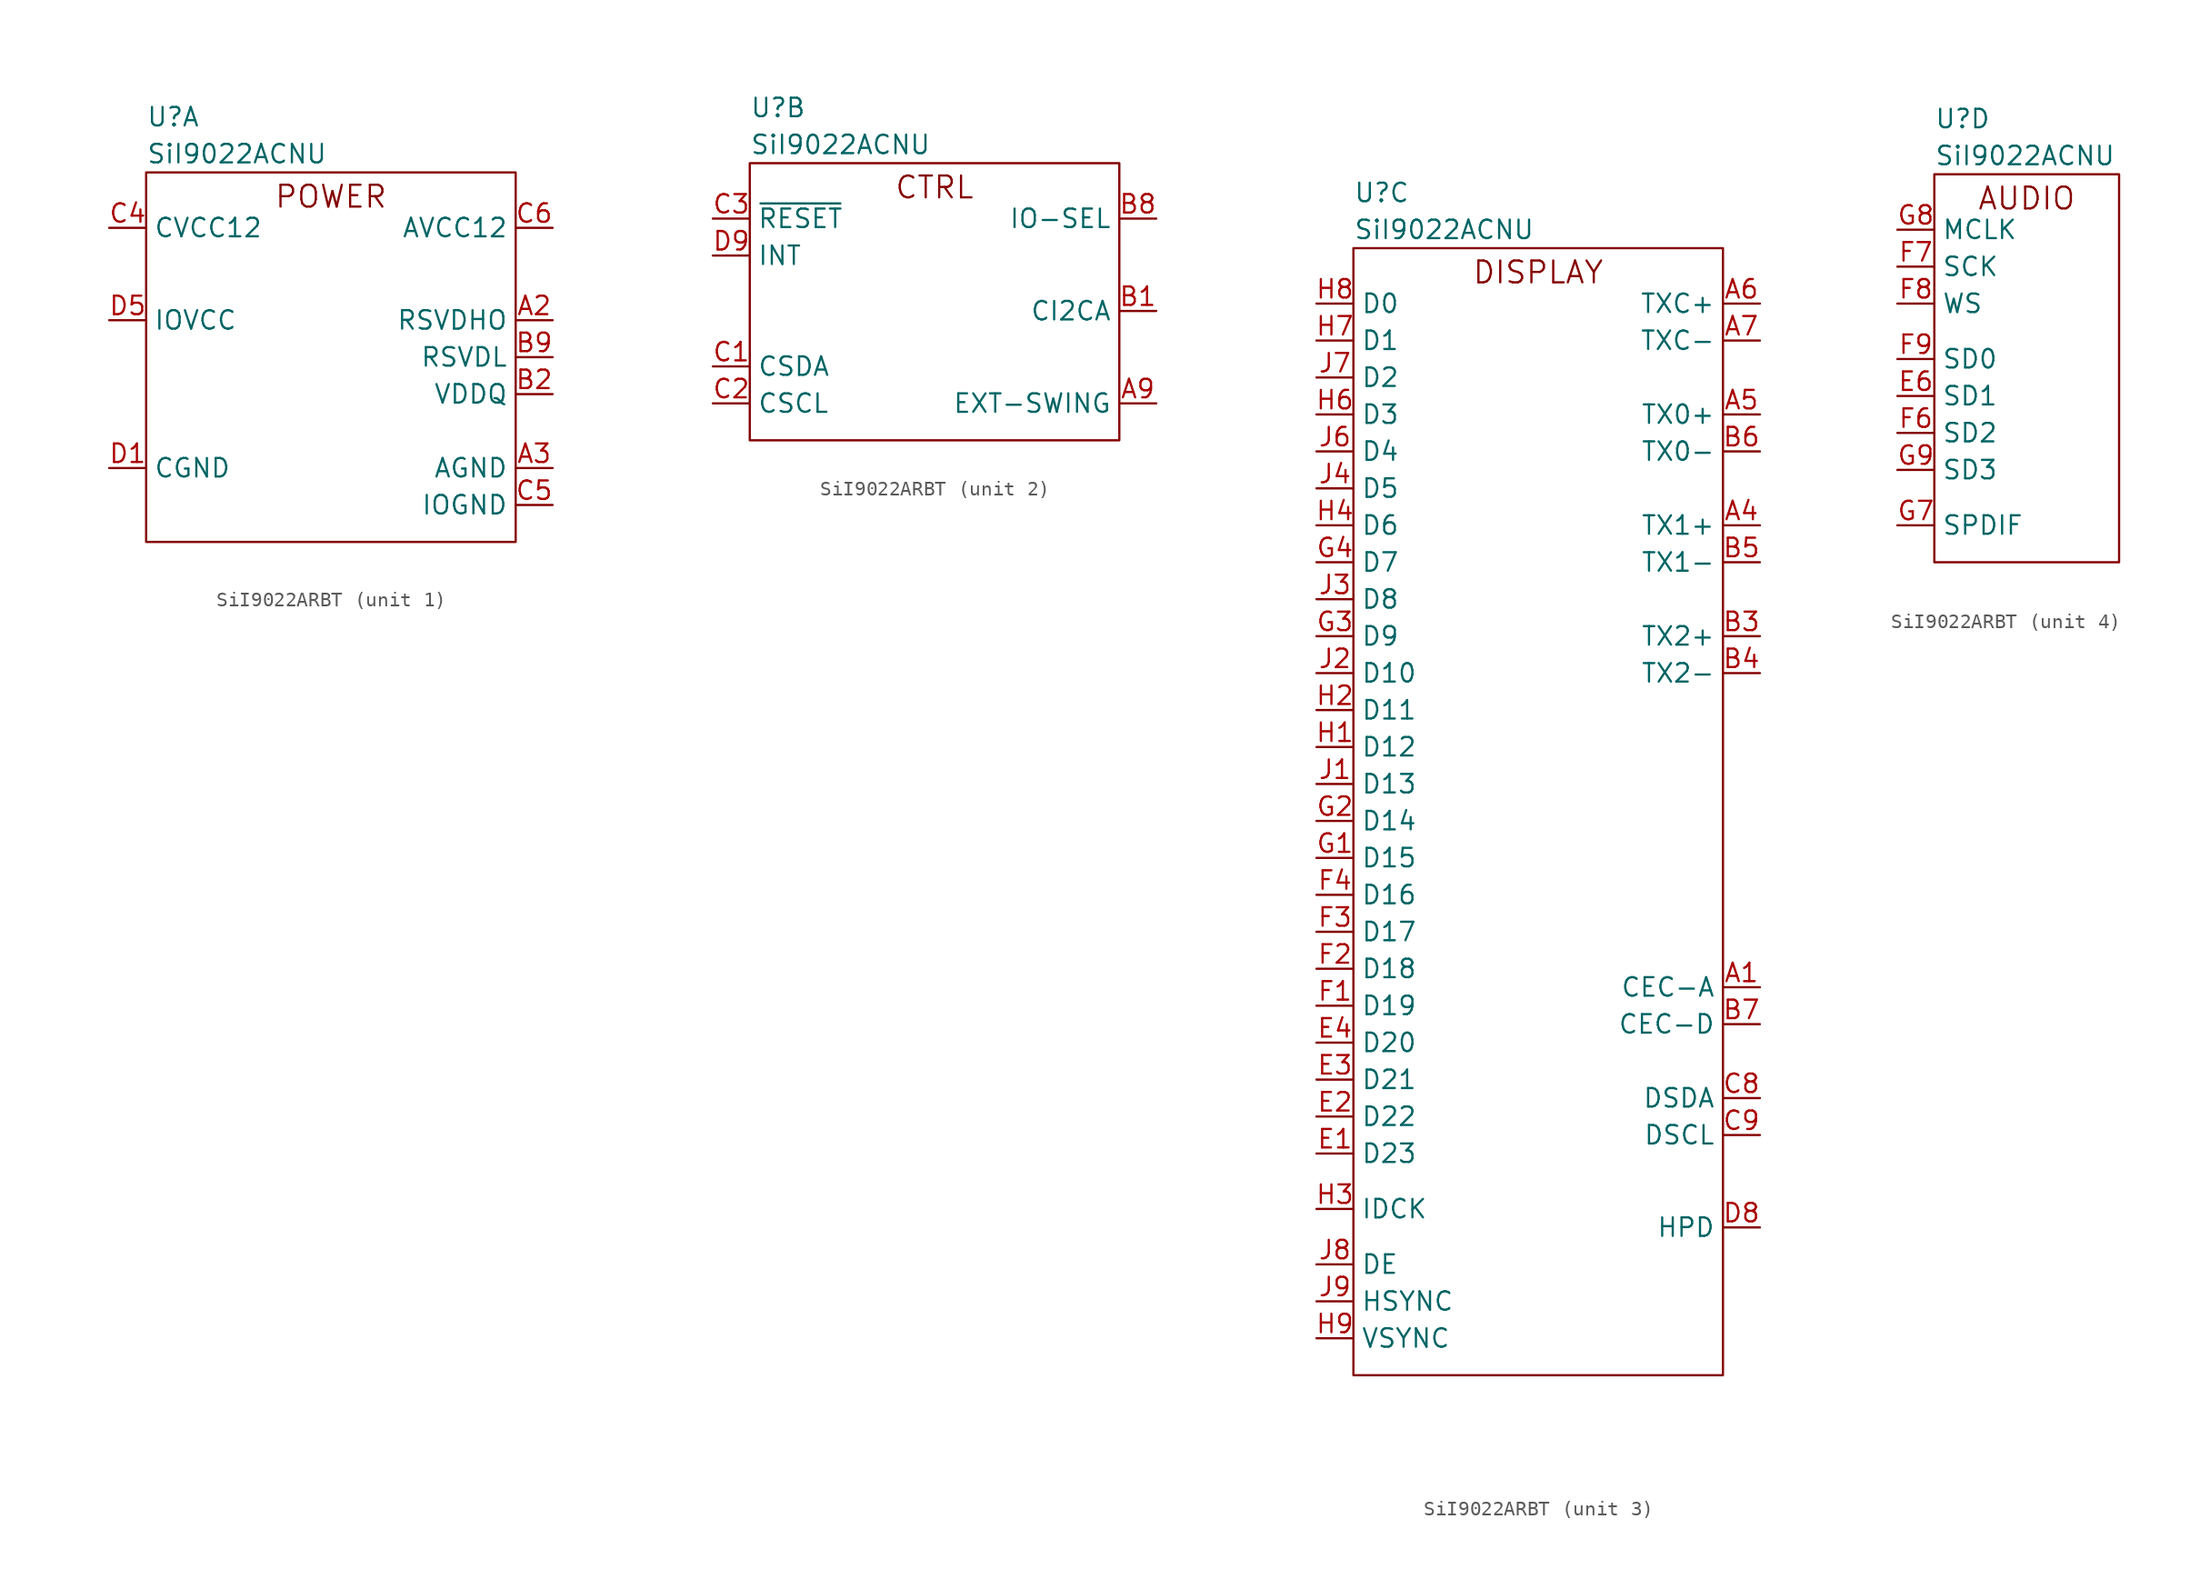
<source format=kicad_sym>
(kicad_symbol_lib
  (version 20220914)
  (generator kicad_symbol_editor)
  (symbol "SiI9022ARBT"
    (property "Reference" "U"
      (at 0 3.81 0)
      (effects (font (size 1.27 1.27)) (justify left)))
    (property "Value" "SiI9022ACNU"
      (at 0 1.27 0)
      (effects (font (size 1.27 1.27)) (justify left)))
    (property "ki_locked" ""
      (at 0 0 0)
      (effects (font (size 1.27 1.27))))
    (symbol "SiI9022ARBT_1_0"
      (pin passive line (at 27.94 -10.16 180) (length 2.54) (name "RSVDHO" (effects (font (size 1.27 1.27)))) (number "A2" (effects (font (size 1.27 1.27)))))
      (pin power_in line (at 27.94 -20.32 180) (length 2.54) (name "AGND" (effects (font (size 1.27 1.27)))) (number "A3" (effects (font (size 1.27 1.27)))))
      (pin power_in line (at 27.94 -20.32 180) (length 2.54) hide (name "AGND" (effects (font (size 1.27 1.27)))) (number "A8" (effects (font (size 1.27 1.27)))))
      (pin passive line (at 27.94 -15.24 180) (length 2.54) (name "VDDQ" (effects (font (size 1.27 1.27)))) (number "B2" (effects (font (size 1.27 1.27)))))
      (pin passive line (at 27.94 -12.7 180) (length 2.54) (name "RSVDL" (effects (font (size 1.27 1.27)))) (number "B9" (effects (font (size 1.27 1.27)))))
      (pin power_in line (at -2.54 -3.81 0) (length 2.54) (name "CVCC12" (effects (font (size 1.27 1.27)))) (number "C4" (effects (font (size 1.27 1.27)))))
      (pin power_in line (at 27.94 -22.86 180) (length 2.54) (name "IOGND" (effects (font (size 1.27 1.27)))) (number "C5" (effects (font (size 1.27 1.27)))))
      (pin power_in line (at 27.94 -3.81 180) (length 2.54) (name "AVCC12" (effects (font (size 1.27 1.27)))) (number "C6" (effects (font (size 1.27 1.27)))))
      (pin power_in line (at 27.94 -3.81 180) (length 2.54) hide (name "AVCC12" (effects (font (size 1.27 1.27)))) (number "C7" (effects (font (size 1.27 1.27)))))
      (pin power_in line (at -2.54 -20.32 0) (length 2.54) (name "CGND" (effects (font (size 1.27 1.27)))) (number "D1" (effects (font (size 1.27 1.27)))))
      (pin power_in line (at -2.54 -20.32 0) (length 2.54) hide (name "CGND" (effects (font (size 1.27 1.27)))) (number "D2" (effects (font (size 1.27 1.27)))))
      (pin power_in line (at -2.54 -3.81 0) (length 2.54) hide (name "CVCC12" (effects (font (size 1.27 1.27)))) (number "D3" (effects (font (size 1.27 1.27)))))
      (pin power_in line (at 27.94 -22.86 180) (length 2.54) hide (name "IOGND" (effects (font (size 1.27 1.27)))) (number "D4" (effects (font (size 1.27 1.27)))))
      (pin power_in line (at -2.54 -10.16 0) (length 2.54) (name "IOVCC" (effects (font (size 1.27 1.27)))) (number "D5" (effects (font (size 1.27 1.27)))))
      (pin power_in line (at 27.94 -22.86 180) (length 2.54) hide (name "IOGND" (effects (font (size 1.27 1.27)))) (number "D6" (effects (font (size 1.27 1.27)))))
      (pin power_in line (at -2.54 -3.81 0) (length 2.54) hide (name "CVCC12" (effects (font (size 1.27 1.27)))) (number "D7" (effects (font (size 1.27 1.27)))))
      (pin power_in line (at -2.54 -10.16 0) (length 2.54) hide (name "IOVCC" (effects (font (size 1.27 1.27)))) (number "E5" (effects (font (size 1.27 1.27)))))
      (pin power_in line (at -2.54 -3.81 0) (length 2.54) hide (name "CVCC12" (effects (font (size 1.27 1.27)))) (number "E7" (effects (font (size 1.27 1.27)))))
      (pin power_in line (at -2.54 -10.16 0) (length 2.54) hide (name "IOVCC" (effects (font (size 1.27 1.27)))) (number "E8" (effects (font (size 1.27 1.27)))))
      (pin power_in line (at -2.54 -10.16 0) (length 2.54) hide (name "IOVCC" (effects (font (size 1.27 1.27)))) (number "E9" (effects (font (size 1.27 1.27)))))
      (pin power_in line (at -2.54 -3.81 0) (length 2.54) hide (name "CVCC12" (effects (font (size 1.27 1.27)))) (number "F5" (effects (font (size 1.27 1.27)))))
      (pin power_in line (at -2.54 -20.32 0) (length 2.54) hide (name "CGND" (effects (font (size 1.27 1.27)))) (number "G5" (effects (font (size 1.27 1.27)))))
      (pin power_in line (at -2.54 -3.81 0) (length 2.54) hide (name "CVCC12" (effects (font (size 1.27 1.27)))) (number "G6" (effects (font (size 1.27 1.27)))))
      (pin power_in line (at -2.54 -20.32 0) (length 2.54) hide (name "CGND" (effects (font (size 1.27 1.27)))) (number "H5" (effects (font (size 1.27 1.27)))))
      (pin power_in line (at -2.54 -20.32 0) (length 2.54) hide (name "CGND" (effects (font (size 1.27 1.27)))) (number "J5" (effects (font (size 1.27 1.27))))))
    (symbol "SiI9022ARBT_1_1"
      (rectangle (start 0 0) (end 25.4 -25.4) (stroke (width 0) (type default)) (fill (type none)))
      (text "POWER" (at 12.7 -2.54 0) (effects (font (size 1.5 1.5)) (justify bottom))))
    (symbol "SiI9022ARBT_2_0"
      (pin input line (at 27.94 -16.51 180) (length 2.54) (name "EXT-SWING" (effects (font (size 1.27 1.27)))) (number "A9" (effects (font (size 1.27 1.27)))))
      (pin input line (at 27.94 -10.16 180) (length 2.54) (name "CI2CA" (effects (font (size 1.27 1.27)))) (number "B1" (effects (font (size 1.27 1.27)))))
      (pin input line (at 27.94 -3.81 180) (length 2.54) (name "IO-SEL" (effects (font (size 1.27 1.27)))) (number "B8" (effects (font (size 1.27 1.27)))))
      (pin bidirectional line (at -2.54 -13.97 0) (length 2.54) (name "CSDA" (effects (font (size 1.27 1.27)))) (number "C1" (effects (font (size 1.27 1.27)))))
      (pin input line (at -2.54 -16.51 0) (length 2.54) (name "CSCL" (effects (font (size 1.27 1.27)))) (number "C2" (effects (font (size 1.27 1.27)))))
      (pin input line (at -2.54 -3.81 0) (length 2.54) (name "~{RESET}" (effects (font (size 1.27 1.27)))) (number "C3" (effects (font (size 1.27 1.27)))))
      (pin output line (at -2.54 -6.35 0) (length 2.54) (name "INT" (effects (font (size 1.27 1.27)))) (number "D9" (effects (font (size 1.27 1.27))))))
    (symbol "SiI9022ARBT_2_1"
      (rectangle (start 0 0) (end 25.4 -19.05) (stroke (width 0) (type default)) (fill (type none)))
      (text "CTRL" (at 12.7 -2.54 0) (effects (font (size 1.5 1.5)) (justify bottom))))
    (symbol "SiI9022ARBT_3_0"
      (pin bidirectional line (at 27.94 -50.8 180) (length 2.54) (name "CEC-A" (effects (font (size 1.27 1.27)))) (number "A1" (effects (font (size 1.27 1.27)))))
      (pin bidirectional line (at 27.94 -19.05 180) (length 2.54) (name "TX1+" (effects (font (size 1.27 1.27)))) (number "A4" (effects (font (size 1.27 1.27)))))
      (pin bidirectional line (at 27.94 -11.43 180) (length 2.54) (name "TX0+" (effects (font (size 1.27 1.27)))) (number "A5" (effects (font (size 1.27 1.27)))))
      (pin bidirectional line (at 27.94 -3.81 180) (length 2.54) (name "TXC+" (effects (font (size 1.27 1.27)))) (number "A6" (effects (font (size 1.27 1.27)))))
      (pin bidirectional line (at 27.94 -6.35 180) (length 2.54) (name "TXC-" (effects (font (size 1.27 1.27)))) (number "A7" (effects (font (size 1.27 1.27)))))
      (pin bidirectional line (at 27.94 -26.67 180) (length 2.54) (name "TX2+" (effects (font (size 1.27 1.27)))) (number "B3" (effects (font (size 1.27 1.27)))))
      (pin bidirectional line (at 27.94 -29.21 180) (length 2.54) (name "TX2-" (effects (font (size 1.27 1.27)))) (number "B4" (effects (font (size 1.27 1.27)))))
      (pin bidirectional line (at 27.94 -21.59 180) (length 2.54) (name "TX1-" (effects (font (size 1.27 1.27)))) (number "B5" (effects (font (size 1.27 1.27)))))
      (pin bidirectional line (at 27.94 -13.97 180) (length 2.54) (name "TX0-" (effects (font (size 1.27 1.27)))) (number "B6" (effects (font (size 1.27 1.27)))))
      (pin bidirectional line (at 27.94 -53.34 180) (length 2.54) (name "CEC-D" (effects (font (size 1.27 1.27)))) (number "B7" (effects (font (size 1.27 1.27)))))
      (pin bidirectional line (at 27.94 -58.42 180) (length 2.54) (name "DSDA" (effects (font (size 1.27 1.27)))) (number "C8" (effects (font (size 1.27 1.27)))))
      (pin bidirectional line (at 27.94 -60.96 180) (length 2.54) (name "DSCL" (effects (font (size 1.27 1.27)))) (number "C9" (effects (font (size 1.27 1.27)))))
      (pin input line (at 27.94 -67.31 180) (length 2.54) (name "HPD" (effects (font (size 1.27 1.27)))) (number "D8" (effects (font (size 1.27 1.27)))))
      (pin input line (at -2.54 -62.23 0) (length 2.54) (name "D23" (effects (font (size 1.27 1.27)))) (number "E1" (effects (font (size 1.27 1.27)))))
      (pin input line (at -2.54 -59.69 0) (length 2.54) (name "D22" (effects (font (size 1.27 1.27)))) (number "E2" (effects (font (size 1.27 1.27)))))
      (pin input line (at -2.54 -57.15 0) (length 2.54) (name "D21" (effects (font (size 1.27 1.27)))) (number "E3" (effects (font (size 1.27 1.27)))))
      (pin input line (at -2.54 -54.61 0) (length 2.54) (name "D20" (effects (font (size 1.27 1.27)))) (number "E4" (effects (font (size 1.27 1.27)))))
      (pin input line (at -2.54 -52.07 0) (length 2.54) (name "D19" (effects (font (size 1.27 1.27)))) (number "F1" (effects (font (size 1.27 1.27)))))
      (pin input line (at -2.54 -49.53 0) (length 2.54) (name "D18" (effects (font (size 1.27 1.27)))) (number "F2" (effects (font (size 1.27 1.27)))))
      (pin input line (at -2.54 -46.99 0) (length 2.54) (name "D17" (effects (font (size 1.27 1.27)))) (number "F3" (effects (font (size 1.27 1.27)))))
      (pin input line (at -2.54 -44.45 0) (length 2.54) (name "D16" (effects (font (size 1.27 1.27)))) (number "F4" (effects (font (size 1.27 1.27)))))
      (pin input line (at -2.54 -41.91 0) (length 2.54) (name "D15" (effects (font (size 1.27 1.27)))) (number "G1" (effects (font (size 1.27 1.27)))))
      (pin input line (at -2.54 -39.37 0) (length 2.54) (name "D14" (effects (font (size 1.27 1.27)))) (number "G2" (effects (font (size 1.27 1.27)))))
      (pin input line (at -2.54 -26.67 0) (length 2.54) (name "D9" (effects (font (size 1.27 1.27)))) (number "G3" (effects (font (size 1.27 1.27)))))
      (pin input line (at -2.54 -21.59 0) (length 2.54) (name "D7" (effects (font (size 1.27 1.27)))) (number "G4" (effects (font (size 1.27 1.27)))))
      (pin input line (at -2.54 -34.29 0) (length 2.54) (name "D12" (effects (font (size 1.27 1.27)))) (number "H1" (effects (font (size 1.27 1.27)))))
      (pin input line (at -2.54 -31.75 0) (length 2.54) (name "D11" (effects (font (size 1.27 1.27)))) (number "H2" (effects (font (size 1.27 1.27)))))
      (pin input line (at -2.54 -66.04 0) (length 2.54) (name "IDCK" (effects (font (size 1.27 1.27)))) (number "H3" (effects (font (size 1.27 1.27)))))
      (pin input line (at -2.54 -19.05 0) (length 2.54) (name "D6" (effects (font (size 1.27 1.27)))) (number "H4" (effects (font (size 1.27 1.27)))))
      (pin input line (at -2.54 -11.43 0) (length 2.54) (name "D3" (effects (font (size 1.27 1.27)))) (number "H6" (effects (font (size 1.27 1.27)))))
      (pin input line (at -2.54 -6.35 0) (length 2.54) (name "D1" (effects (font (size 1.27 1.27)))) (number "H7" (effects (font (size 1.27 1.27)))))
      (pin input line (at -2.54 -3.81 0) (length 2.54) (name "D0" (effects (font (size 1.27 1.27)))) (number "H8" (effects (font (size 1.27 1.27)))))
      (pin input line (at -2.54 -74.93 0) (length 2.54) (name "VSYNC" (effects (font (size 1.27 1.27)))) (number "H9" (effects (font (size 1.27 1.27)))))
      (pin input line (at -2.54 -36.83 0) (length 2.54) (name "D13" (effects (font (size 1.27 1.27)))) (number "J1" (effects (font (size 1.27 1.27)))))
      (pin input line (at -2.54 -29.21 0) (length 2.54) (name "D10" (effects (font (size 1.27 1.27)))) (number "J2" (effects (font (size 1.27 1.27)))))
      (pin input line (at -2.54 -24.13 0) (length 2.54) (name "D8" (effects (font (size 1.27 1.27)))) (number "J3" (effects (font (size 1.27 1.27)))))
      (pin input line (at -2.54 -16.51 0) (length 2.54) (name "D5" (effects (font (size 1.27 1.27)))) (number "J4" (effects (font (size 1.27 1.27)))))
      (pin input line (at -2.54 -13.97 0) (length 2.54) (name "D4" (effects (font (size 1.27 1.27)))) (number "J6" (effects (font (size 1.27 1.27)))))
      (pin input line (at -2.54 -8.89 0) (length 2.54) (name "D2" (effects (font (size 1.27 1.27)))) (number "J7" (effects (font (size 1.27 1.27)))))
      (pin input line (at -2.54 -69.85 0) (length 2.54) (name "DE" (effects (font (size 1.27 1.27)))) (number "J8" (effects (font (size 1.27 1.27)))))
      (pin input line (at -2.54 -72.39 0) (length 2.54) (name "HSYNC" (effects (font (size 1.27 1.27)))) (number "J9" (effects (font (size 1.27 1.27))))))
    (symbol "SiI9022ARBT_3_1"
      (rectangle (start 0 0) (end 25.4 -77.47) (stroke (width 0) (type default)) (fill (type none)))
      (text "DISPLAY" (at 12.7 -2.54 0) (effects (font (size 1.5 1.5)) (justify bottom))))
    (symbol "SiI9022ARBT_4_0"
      (pin input line (at -2.54 -15.24 0) (length 2.54) (name "SD1" (effects (font (size 1.27 1.27)))) (number "E6" (effects (font (size 1.27 1.27)))))
      (pin input line (at -2.54 -17.78 0) (length 2.54) (name "SD2" (effects (font (size 1.27 1.27)))) (number "F6" (effects (font (size 1.27 1.27)))))
      (pin input line (at -2.54 -6.35 0) (length 2.54) (name "SCK" (effects (font (size 1.27 1.27)))) (number "F7" (effects (font (size 1.27 1.27)))))
      (pin input line (at -2.54 -8.89 0) (length 2.54) (name "WS" (effects (font (size 1.27 1.27)))) (number "F8" (effects (font (size 1.27 1.27)))))
      (pin input line (at -2.54 -12.7 0) (length 2.54) (name "SD0" (effects (font (size 1.27 1.27)))) (number "F9" (effects (font (size 1.27 1.27)))))
      (pin input line (at -2.54 -24.13 0) (length 2.54) (name "SPDIF" (effects (font (size 1.27 1.27)))) (number "G7" (effects (font (size 1.27 1.27)))))
      (pin input line (at -2.54 -3.81 0) (length 2.54) (name "MCLK" (effects (font (size 1.27 1.27)))) (number "G8" (effects (font (size 1.27 1.27)))))
      (pin input line (at -2.54 -20.32 0) (length 2.54) (name "SD3" (effects (font (size 1.27 1.27)))) (number "G9" (effects (font (size 1.27 1.27))))))
    (symbol "SiI9022ARBT_4_1"
      (rectangle (start 0 0) (end 12.7 -26.67) (stroke (width 0) (type default)) (fill (type none)))
      (text "AUDIO" (at 6.35 -2.54 0) (effects (font (size 1.5 1.5)) (justify bottom))))))
</source>
